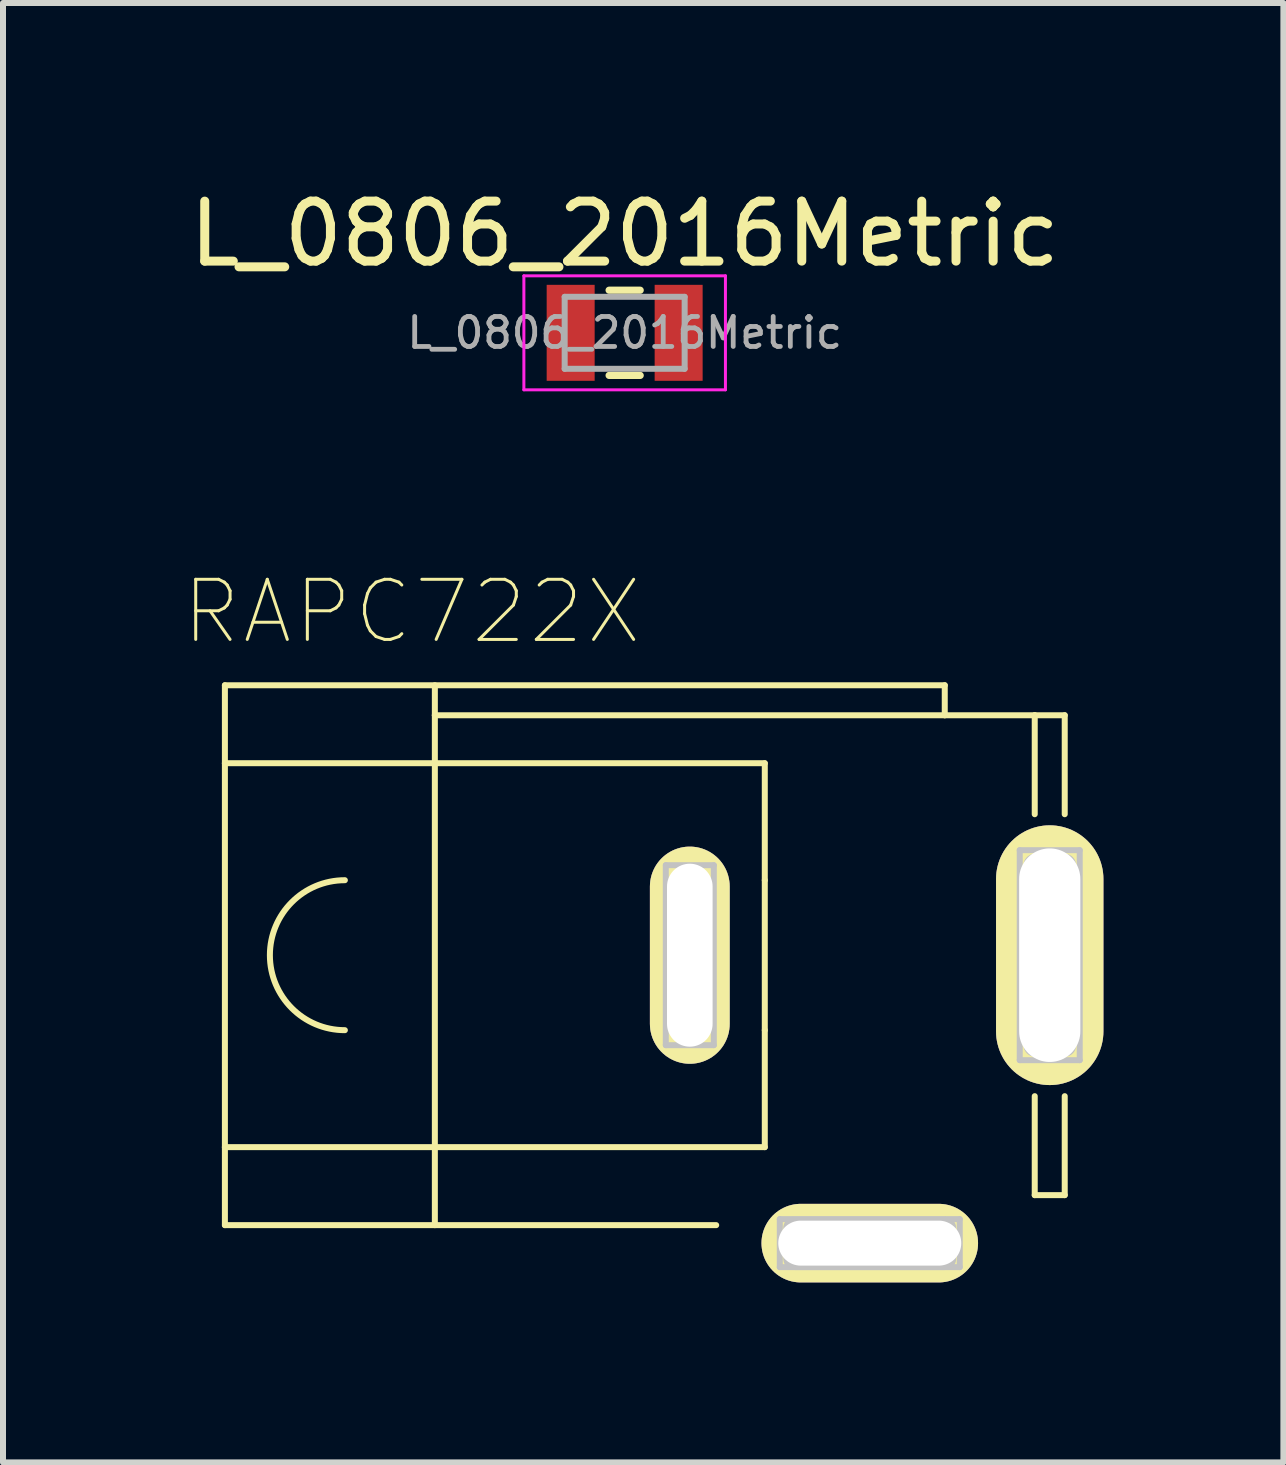
<source format=kicad_pcb>
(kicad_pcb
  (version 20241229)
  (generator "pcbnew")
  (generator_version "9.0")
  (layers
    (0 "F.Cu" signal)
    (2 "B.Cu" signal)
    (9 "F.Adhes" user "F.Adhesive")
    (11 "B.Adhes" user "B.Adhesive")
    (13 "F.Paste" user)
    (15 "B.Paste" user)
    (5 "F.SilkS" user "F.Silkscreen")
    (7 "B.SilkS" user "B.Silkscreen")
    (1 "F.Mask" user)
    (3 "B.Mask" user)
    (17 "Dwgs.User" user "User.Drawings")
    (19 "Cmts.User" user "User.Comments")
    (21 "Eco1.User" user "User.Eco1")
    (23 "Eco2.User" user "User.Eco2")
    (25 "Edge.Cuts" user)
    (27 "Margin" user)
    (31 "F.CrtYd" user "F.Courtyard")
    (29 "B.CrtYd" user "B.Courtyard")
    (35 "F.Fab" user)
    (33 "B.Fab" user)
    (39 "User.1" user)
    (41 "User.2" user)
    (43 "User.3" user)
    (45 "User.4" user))
  (footprint "RAPC722X"
    (layer "F.Cu")
    (at 11.449 12.873)
    (property "Reference" "RAPC722X" (at -7.634 -5.725 0) (layer "F.SilkS") (effects (font (size 1.002 1.002) (thickness 0.05))))
    (attr through_hole)
    (fp_line (start -10.75 -4.5) (end 1.25 -4.5) (stroke (width 0.1) (type solid)) (layer "F.SilkS"))
    (fp_line (start -10.75 -3.2) (end -10.75 -4.5) (stroke (width 0.1) (type solid)) (layer "F.SilkS"))
    (fp_line (start -10.75 -3.2) (end -1.75 -3.2) (stroke (width 0.1) (type solid)) (layer "F.SilkS"))
    (fp_line (start -10.75 3.2) (end -10.75 -3.2) (stroke (width 0.1) (type solid)) (layer "F.SilkS"))
    (fp_line (start -10.75 3.2) (end -1.75 3.2) (stroke (width 0.1) (type solid)) (layer "F.SilkS"))
    (fp_line (start -10.75 4.5) (end -10.75 3.2) (stroke (width 0.1) (type solid)) (layer "F.SilkS"))
    (fp_line (start -10.75 4.5) (end -2.56 4.5) (stroke (width 0.1) (type solid)) (layer "F.SilkS"))
    (fp_line (start -7.25 -4) (end -7.25 -4.5) (stroke (width 0.1) (type solid)) (layer "F.SilkS"))
    (fp_line (start -7.25 -4) (end 1.25 -4) (stroke (width 0.1) (type solid)) (layer "F.SilkS"))
    (fp_line (start -7.25 4.5) (end -7.25 -4) (stroke (width 0.1) (type solid)) (layer "F.SilkS"))
    (fp_line (start -1.75 -1.25) (end -1.75 -3.2) (stroke (width 0.1) (type solid)) (layer "F.SilkS"))
    (fp_line (start -1.75 1.25) (end -1.75 -1.25) (stroke (width 0.1) (type solid)) (layer "F.SilkS"))
    (fp_line (start -1.75 3.2) (end -1.75 1.25) (stroke (width 0.1) (type solid)) (layer "F.SilkS"))
    (fp_line (start 1.25 -4) (end 1.25 -4.5) (stroke (width 0.1) (type solid)) (layer "F.SilkS"))
    (fp_line (start 1.25 -4) (end 2.75 -4) (stroke (width 0.1) (type solid)) (layer "F.SilkS"))
    (fp_line (start 2.75 -4) (end 3.25 -4) (stroke (width 0.1) (type solid)) (layer "F.SilkS"))
    (fp_line (start 2.75 -2.35) (end 2.75 -4) (stroke (width 0.1) (type solid)) (layer "F.SilkS"))
    (fp_line (start 2.75 4) (end 2.75 2.35) (stroke (width 0.1) (type solid)) (layer "F.SilkS"))
    (fp_line (start 2.75 4) (end 3.25 4) (stroke (width 0.1) (type solid)) (layer "F.SilkS"))
    (fp_line (start 3.25 -2.35) (end 3.25 -4) (stroke (width 0.1) (type solid)) (layer "F.SilkS"))
    (fp_line (start 3.25 4) (end 3.25 2.35) (stroke (width 0.1) (type solid)) (layer "F.SilkS"))
    (fp_arc (start -8.75 1.25) (mid -10 0) (end -8.75 -1.25) (stroke (width 0.1) (type solid)) (layer "F.SilkS"))
    (fp_line (start -3.4 -1.5) (end -2.6 -1.5) (stroke (width 0.1) (type solid)) (layer "Dwgs.User"))
    (fp_line (start -3.4 1.5) (end -3.4 -1.5) (stroke (width 0.1) (type solid)) (layer "Dwgs.User"))
    (fp_line (start -2.6 -1.5) (end -2.6 1.5) (stroke (width 0.1) (type solid)) (layer "Dwgs.User"))
    (fp_line (start -2.6 1.5) (end -3.4 1.5) (stroke (width 0.1) (type solid)) (layer "Dwgs.User"))
    (fp_line (start -1.5 4.4) (end 1.5 4.4) (stroke (width 0.1) (type solid)) (layer "Dwgs.User"))
    (fp_line (start -1.5 5.2) (end -1.5 4.4) (stroke (width 0.1) (type solid)) (layer "Dwgs.User"))
    (fp_line (start 1.5 4.4) (end 1.5 5.2) (stroke (width 0.1) (type solid)) (layer "Dwgs.User"))
    (fp_line (start 1.5 5.2) (end -1.5 5.2) (stroke (width 0.1) (type solid)) (layer "Dwgs.User"))
    (fp_line (start 2.5 -1.75) (end 3.5 -1.75) (stroke (width 0.1) (type solid)) (layer "Dwgs.User"))
    (fp_line (start 2.5 1.75) (end 2.5 -1.75) (stroke (width 0.1) (type solid)) (layer "Dwgs.User"))
    (fp_line (start 3.5 -1.75) (end 3.5 1.75) (stroke (width 0.1) (type solid)) (layer "Dwgs.User"))
    (fp_line (start 3.5 1.75) (end 2.5 1.75) (stroke (width 0.1) (type solid)) (layer "Dwgs.User"))
    (fp_poly (pts (xy -3.105 -1.25) (xy -2.9 -1.25) (xy -2.9 1.252) (xy -3.105 1.252)) (stroke (width 0.381) (type solid)) (fill no) (layer "Dwgs.User"))
    (fp_poly (pts (xy -1.252 4.55) (xy 1.25 4.55) (xy 1.25 5.058) (xy -1.252 5.058)) (stroke (width 0.381) (type solid)) (fill no) (layer "Dwgs.User"))
    (fp_poly (pts (xy 2.754 -1.5) (xy 3.25 -1.5) (xy 3.25 1.502) (xy 2.754 1.502)) (stroke (width 0.381) (type solid)) (fill no) (layer "Dwgs.User"))
    (pad "1" thru_hole oval (at 3 0 90) (size 4.33 1.79) (drill oval 3.56 1.02) (layers "*.Cu" "*.Mask" "F.SilkS"))
    (pad "2" thru_hole oval (at -3 0 90) (size 3.62 1.33) (drill oval 3.05 0.76) (layers "*.Cu" "*.Mask" "F.SilkS"))
    (pad "3" thru_hole oval (at 0 4.8) (size 3.61 1.31) (drill oval 3.05 0.75) (layers "*.Cu" "*.Mask" "F.SilkS")))
  (footprint "L_0806_2016Metric"
    (layer "F.Cu")
    (at 7.363 2.498)
    (property "Reference" "L_0806_2016Metric" (at 0 -1.65 0) (layer "F.SilkS") (effects (font (size 1 1) (thickness 0.15))))
    (attr smd)
    (fp_line (start -0.259 -0.71) (end 0.259 -0.71) (stroke (width 0.12) (type solid)) (layer "F.SilkS"))
    (fp_line (start -0.259 0.71) (end 0.259 0.71) (stroke (width 0.12) (type solid)) (layer "F.SilkS"))
    (fp_line (start -1.68 -0.95) (end 1.68 -0.95) (stroke (width 0.05) (type solid)) (layer "F.CrtYd"))
    (fp_line (start -1.68 0.95) (end -1.68 -0.95) (stroke (width 0.05) (type solid)) (layer "F.CrtYd"))
    (fp_line (start 1.68 -0.95) (end 1.68 0.95) (stroke (width 0.05) (type solid)) (layer "F.CrtYd"))
    (fp_line (start 1.68 0.95) (end -1.68 0.95) (stroke (width 0.05) (type solid)) (layer "F.CrtYd"))
    (fp_line (start -1 -0.6) (end 1 -0.6) (stroke (width 0.1) (type solid)) (layer "F.Fab"))
    (fp_line (start -1 0.6) (end -1 -0.6) (stroke (width 0.1) (type solid)) (layer "F.Fab"))
    (fp_line (start 1 -0.6) (end 1 0.6) (stroke (width 0.1) (type solid)) (layer "F.Fab"))
    (fp_line (start 1 0.6) (end -1 0.6) (stroke (width 0.1) (type solid)) (layer "F.Fab"))
    (fp_text user "${REFERENCE}" (at 0 0 0) (layer "F.Fab") (effects (font (size 0.5 0.5) (thickness 0.08))))
    (pad "1" smd rect (at -0.9 0) (size 0.8 1.6) (layers "F.Cu" "F.Mask" "F.Paste"))
    (pad "2" smd rect (at 0.9 0) (size 0.8 1.6) (layers "F.Cu" "F.Mask" "F.Paste")))
  (gr_rect
    (start -3 -3)
    (end 18.344 21.328)
    (stroke (width 0.1) (type default))
    (fill no)
    (layer "Edge.Cuts")))
</source>
